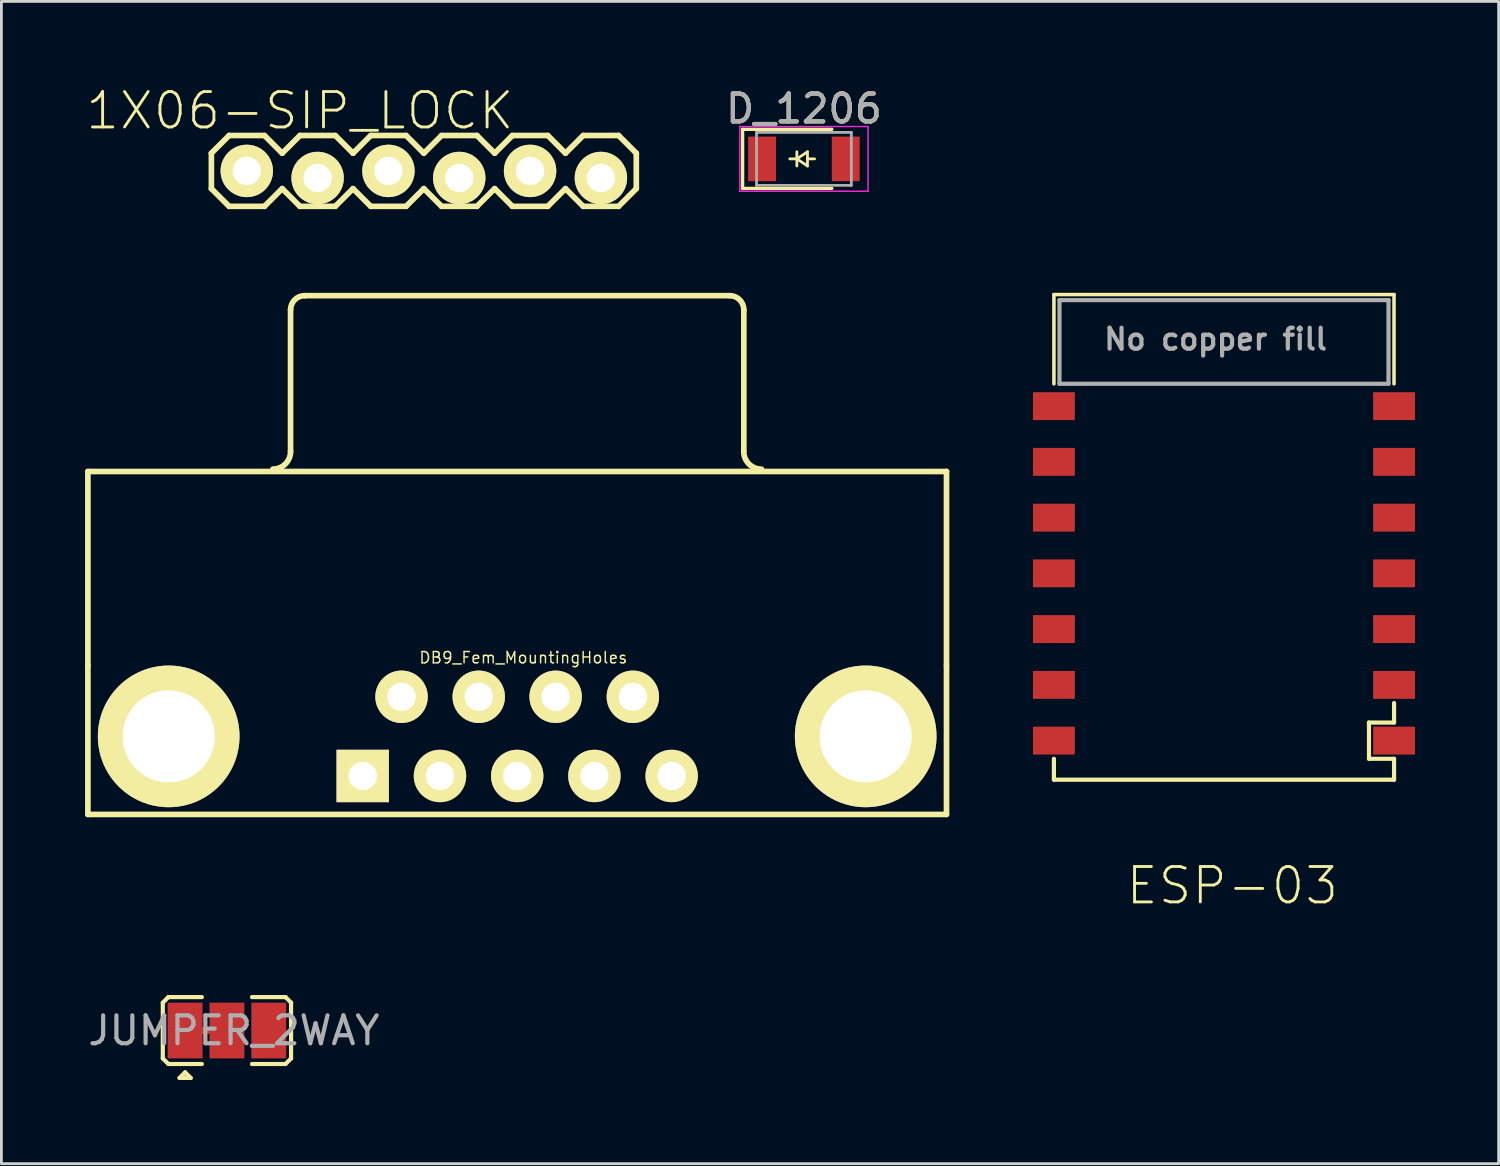
<source format=kicad_pcb>
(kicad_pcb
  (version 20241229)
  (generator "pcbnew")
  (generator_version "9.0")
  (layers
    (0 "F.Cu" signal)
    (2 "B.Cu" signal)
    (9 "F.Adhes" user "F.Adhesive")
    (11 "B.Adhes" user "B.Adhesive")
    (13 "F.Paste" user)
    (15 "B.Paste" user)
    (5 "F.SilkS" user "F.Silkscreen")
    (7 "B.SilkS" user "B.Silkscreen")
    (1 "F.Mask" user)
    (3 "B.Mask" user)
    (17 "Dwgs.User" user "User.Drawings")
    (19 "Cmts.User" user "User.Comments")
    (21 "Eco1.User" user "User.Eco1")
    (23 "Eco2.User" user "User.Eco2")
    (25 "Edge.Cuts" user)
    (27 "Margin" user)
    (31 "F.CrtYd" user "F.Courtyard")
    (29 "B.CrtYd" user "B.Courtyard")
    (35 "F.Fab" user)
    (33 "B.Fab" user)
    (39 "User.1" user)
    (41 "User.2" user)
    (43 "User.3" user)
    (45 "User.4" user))
  (footprint "1X06-SIP_LOCK"
    (layer "F.Cu")
    (at 5.801 3.08)
    (property "Reference" "1X06-SIP_LOCK" (at 1.905 -2.159 0) (layer "F.SilkS") (effects (font (size 1.27 1.27) (thickness 0.102))))
    (attr exclude_from_pos_files exclude_from_bom)
    (fp_line (start -1.27 -0.635) (end -1.27 0.635) (stroke (width 0.203) (type solid)) (layer "F.SilkS"))
    (fp_line (start -1.27 0.635) (end -0.635 1.27) (stroke (width 0.203) (type solid)) (layer "F.SilkS"))
    (fp_line (start -0.635 -1.27) (end -1.27 -0.635) (stroke (width 0.203) (type solid)) (layer "F.SilkS"))
    (fp_line (start -0.635 -1.27) (end 0.635 -1.27) (stroke (width 0.203) (type solid)) (layer "F.SilkS"))
    (fp_line (start -0.292 -0.165) (end 0.292 -0.165) (stroke (width 0.066) (type solid)) (layer "F.SilkS"))
    (fp_line (start -0.292 0.419) (end -0.292 -0.165) (stroke (width 0.066) (type solid)) (layer "F.SilkS"))
    (fp_line (start -0.292 0.419) (end 0.292 0.419) (stroke (width 0.066) (type solid)) (layer "F.SilkS"))
    (fp_line (start 0.292 0.419) (end 0.292 -0.165) (stroke (width 0.066) (type solid)) (layer "F.SilkS"))
    (fp_line (start 0.635 -1.27) (end 1.27 -0.635) (stroke (width 0.203) (type solid)) (layer "F.SilkS"))
    (fp_line (start 0.635 1.27) (end -0.635 1.27) (stroke (width 0.203) (type solid)) (layer "F.SilkS"))
    (fp_line (start 1.27 -0.635) (end 1.905 -1.27) (stroke (width 0.203) (type solid)) (layer "F.SilkS"))
    (fp_line (start 1.27 0.635) (end 0.635 1.27) (stroke (width 0.203) (type solid)) (layer "F.SilkS"))
    (fp_line (start 1.905 -1.27) (end 3.175 -1.27) (stroke (width 0.203) (type solid)) (layer "F.SilkS"))
    (fp_line (start 1.905 1.27) (end 1.27 0.635) (stroke (width 0.203) (type solid)) (layer "F.SilkS"))
    (fp_line (start 2.248 -0.165) (end 2.832 -0.165) (stroke (width 0.066) (type solid)) (layer "F.SilkS"))
    (fp_line (start 2.248 0.419) (end 2.248 -0.165) (stroke (width 0.066) (type solid)) (layer "F.SilkS"))
    (fp_line (start 2.248 0.419) (end 2.832 0.419) (stroke (width 0.066) (type solid)) (layer "F.SilkS"))
    (fp_line (start 2.832 0.419) (end 2.832 -0.165) (stroke (width 0.066) (type solid)) (layer "F.SilkS"))
    (fp_line (start 3.175 -1.27) (end 3.81 -0.635) (stroke (width 0.203) (type solid)) (layer "F.SilkS"))
    (fp_line (start 3.175 1.27) (end 1.905 1.27) (stroke (width 0.203) (type solid)) (layer "F.SilkS"))
    (fp_line (start 3.81 -0.635) (end 4.445 -1.27) (stroke (width 0.203) (type solid)) (layer "F.SilkS"))
    (fp_line (start 3.81 0.635) (end 3.175 1.27) (stroke (width 0.203) (type solid)) (layer "F.SilkS"))
    (fp_line (start 4.445 -1.27) (end 5.715 -1.27) (stroke (width 0.203) (type solid)) (layer "F.SilkS"))
    (fp_line (start 4.445 1.27) (end 3.81 0.635) (stroke (width 0.203) (type solid)) (layer "F.SilkS"))
    (fp_line (start 4.788 -0.165) (end 5.372 -0.165) (stroke (width 0.066) (type solid)) (layer "F.SilkS"))
    (fp_line (start 4.788 0.419) (end 4.788 -0.165) (stroke (width 0.066) (type solid)) (layer "F.SilkS"))
    (fp_line (start 4.788 0.419) (end 5.372 0.419) (stroke (width 0.066) (type solid)) (layer "F.SilkS"))
    (fp_line (start 5.372 0.419) (end 5.372 -0.165) (stroke (width 0.066) (type solid)) (layer "F.SilkS"))
    (fp_line (start 5.715 -1.27) (end 6.35 -0.635) (stroke (width 0.203) (type solid)) (layer "F.SilkS"))
    (fp_line (start 5.715 1.27) (end 4.445 1.27) (stroke (width 0.203) (type solid)) (layer "F.SilkS"))
    (fp_line (start 6.35 0.635) (end 5.715 1.27) (stroke (width 0.203) (type solid)) (layer "F.SilkS"))
    (fp_line (start 6.35 0.635) (end 6.985 1.27) (stroke (width 0.203) (type solid)) (layer "F.SilkS"))
    (fp_line (start 6.985 -1.27) (end 6.35 -0.635) (stroke (width 0.203) (type solid)) (layer "F.SilkS"))
    (fp_line (start 6.985 -1.27) (end 8.255 -1.27) (stroke (width 0.203) (type solid)) (layer "F.SilkS"))
    (fp_line (start 7.328 -0.165) (end 7.912 -0.165) (stroke (width 0.066) (type solid)) (layer "F.SilkS"))
    (fp_line (start 7.328 0.419) (end 7.328 -0.165) (stroke (width 0.066) (type solid)) (layer "F.SilkS"))
    (fp_line (start 7.328 0.419) (end 7.912 0.419) (stroke (width 0.066) (type solid)) (layer "F.SilkS"))
    (fp_line (start 7.912 0.419) (end 7.912 -0.165) (stroke (width 0.066) (type solid)) (layer "F.SilkS"))
    (fp_line (start 8.255 -1.27) (end 8.89 -0.635) (stroke (width 0.203) (type solid)) (layer "F.SilkS"))
    (fp_line (start 8.255 1.27) (end 6.985 1.27) (stroke (width 0.203) (type solid)) (layer "F.SilkS"))
    (fp_line (start 8.89 -0.635) (end 9.525 -1.27) (stroke (width 0.203) (type solid)) (layer "F.SilkS"))
    (fp_line (start 8.89 0.635) (end 8.255 1.27) (stroke (width 0.203) (type solid)) (layer "F.SilkS"))
    (fp_line (start 9.525 -1.27) (end 10.795 -1.27) (stroke (width 0.203) (type solid)) (layer "F.SilkS"))
    (fp_line (start 9.525 1.27) (end 8.89 0.635) (stroke (width 0.203) (type solid)) (layer "F.SilkS"))
    (fp_line (start 9.868 -0.165) (end 10.452 -0.165) (stroke (width 0.066) (type solid)) (layer "F.SilkS"))
    (fp_line (start 9.868 0.419) (end 9.868 -0.165) (stroke (width 0.066) (type solid)) (layer "F.SilkS"))
    (fp_line (start 9.868 0.419) (end 10.452 0.419) (stroke (width 0.066) (type solid)) (layer "F.SilkS"))
    (fp_line (start 10.452 0.419) (end 10.452 -0.165) (stroke (width 0.066) (type solid)) (layer "F.SilkS"))
    (fp_line (start 10.795 -1.27) (end 11.43 -0.635) (stroke (width 0.203) (type solid)) (layer "F.SilkS"))
    (fp_line (start 10.795 1.27) (end 9.525 1.27) (stroke (width 0.203) (type solid)) (layer "F.SilkS"))
    (fp_line (start 11.43 -0.635) (end 12.065 -1.27) (stroke (width 0.203) (type solid)) (layer "F.SilkS"))
    (fp_line (start 11.43 0.635) (end 10.795 1.27) (stroke (width 0.203) (type solid)) (layer "F.SilkS"))
    (fp_line (start 12.065 -1.27) (end 13.335 -1.27) (stroke (width 0.203) (type solid)) (layer "F.SilkS"))
    (fp_line (start 12.065 1.27) (end 11.43 0.635) (stroke (width 0.203) (type solid)) (layer "F.SilkS"))
    (fp_line (start 12.408 -0.165) (end 12.992 -0.165) (stroke (width 0.066) (type solid)) (layer "F.SilkS"))
    (fp_line (start 12.408 0.419) (end 12.408 -0.165) (stroke (width 0.066) (type solid)) (layer "F.SilkS"))
    (fp_line (start 12.408 0.419) (end 12.992 0.419) (stroke (width 0.066) (type solid)) (layer "F.SilkS"))
    (fp_line (start 12.992 0.419) (end 12.992 -0.165) (stroke (width 0.066) (type solid)) (layer "F.SilkS"))
    (fp_line (start 13.335 -1.27) (end 13.97 -0.635) (stroke (width 0.203) (type solid)) (layer "F.SilkS"))
    (fp_line (start 13.335 1.27) (end 12.065 1.27) (stroke (width 0.203) (type solid)) (layer "F.SilkS"))
    (fp_line (start 13.97 -0.635) (end 13.97 0.635) (stroke (width 0.203) (type solid)) (layer "F.SilkS"))
    (fp_line (start 13.97 0.635) (end 13.335 1.27) (stroke (width 0.203) (type solid)) (layer "F.SilkS"))
    (pad "1" thru_hole circle (at 0 0) (size 1.88 1.88) (drill 1.016) (layers "*.Cu" "*.Mask" "F.SilkS" "F.Paste"))
    (pad "2" thru_hole circle (at 2.54 0.254) (size 1.88 1.88) (drill 1.016) (layers "*.Cu" "*.Mask" "F.SilkS" "F.Paste"))
    (pad "3" thru_hole circle (at 5.08 0) (size 1.88 1.88) (drill 1.016) (layers "*.Cu" "*.Mask" "F.SilkS" "F.Paste"))
    (pad "4" thru_hole circle (at 7.62 0.254) (size 1.88 1.88) (drill 1.016) (layers "*.Cu" "*.Mask" "F.SilkS" "F.Paste"))
    (pad "5" thru_hole circle (at 10.16 0) (size 1.88 1.88) (drill 1.016) (layers "*.Cu" "*.Mask" "F.SilkS" "F.Paste"))
    (pad "6" thru_hole circle (at 12.7 0.254) (size 1.88 1.88) (drill 1.016) (layers "*.Cu" "*.Mask" "F.SilkS" "F.Paste")))
  (footprint "DB9_Fem_MountingHoles"
    (layer "F.Cu")
    (at 15.499 23.36)
    (property "Reference" "DB9_Fem_MountingHoles" (at 0.221 -2.822 0) (layer "F.SilkS") (effects (font (size 0.406 0.406) (thickness 0.051))))
    (attr exclude_from_pos_files exclude_from_bom)
    (fp_line (start -15.397 -9.5) (end 15.397 -9.5) (stroke (width 0.203) (type solid)) (layer "F.SilkS"))
    (fp_line (start -15.397 -2.543) (end -15.397 -9.5) (stroke (width 0.203) (type solid)) (layer "F.SilkS"))
    (fp_line (start -15.397 2.799) (end -15.397 -2.54) (stroke (width 0.203) (type solid)) (layer "F.SilkS"))
    (fp_line (start -15.397 2.799) (end 15.397 2.799) (stroke (width 0.203) (type solid)) (layer "F.SilkS"))
    (fp_line (start -8.128 -10.218) (end -8.128 -15.298) (stroke (width 0.203) (type solid)) (layer "F.SilkS"))
    (fp_line (start -7.62 -15.806) (end 7.62 -15.806) (stroke (width 0.203) (type solid)) (layer "F.SilkS"))
    (fp_line (start 8.128 -10.218) (end 8.128 -15.298) (stroke (width 0.203) (type solid)) (layer "F.SilkS"))
    (fp_line (start 15.397 -2.54) (end 15.397 -9.5) (stroke (width 0.203) (type solid)) (layer "F.SilkS"))
    (fp_line (start 15.397 2.799) (end 15.397 -2.54) (stroke (width 0.203) (type solid)) (layer "F.SilkS"))
    (fp_arc (start -8.128 -15.29842) (mid -7.97921 -15.65763) (end -7.62 -15.80642) (stroke (width 0.2032) (type solid)) (layer "F.SilkS"))
    (fp_arc (start -8.128 -10.21842) (mid -8.313243 -9.771203) (end -8.76046 -9.58596) (stroke (width 0.2032) (type solid)) (layer "F.SilkS"))
    (fp_arc (start 7.62 -15.80642) (mid 7.97921 -15.65763) (end 8.128 -15.29842) (stroke (width 0.2032) (type solid)) (layer "F.SilkS"))
    (fp_arc (start 8.76046 -9.58342) (mid 8.311447 -9.769407) (end 8.12546 -10.21842) (stroke (width 0.2032) (type solid)) (layer "F.SilkS"))
    (pad "0" thru_hole circle (at -12.499 0) (size 5.08 5.08) (drill 3.302) (layers "*.Cu" "*.Mask" "F.SilkS" "F.Paste"))
    (pad "0" thru_hole circle (at 12.499 0) (size 5.08 5.08) (drill 3.302) (layers "*.Cu" "*.Mask" "F.SilkS" "F.Paste"))
    (pad "1" thru_hole rect (at -5.54 1.42) (size 1.88 1.88) (drill 1.016) (layers "*.Cu" "*.Mask" "F.SilkS" "F.Paste"))
    (pad "2" thru_hole circle (at -2.769 1.42) (size 1.88 1.88) (drill 1.016) (layers "*.Cu" "*.Mask" "F.SilkS" "F.Paste"))
    (pad "3" thru_hole circle (at 0 1.42) (size 1.88 1.88) (drill 1.016) (layers "*.Cu" "*.Mask" "F.SilkS" "F.Paste"))
    (pad "4" thru_hole circle (at 2.769 1.42) (size 1.88 1.88) (drill 1.016) (layers "*.Cu" "*.Mask" "F.SilkS" "F.Paste"))
    (pad "5" thru_hole circle (at 5.54 1.42) (size 1.88 1.88) (drill 1.016) (layers "*.Cu" "*.Mask" "F.SilkS" "F.Paste"))
    (pad "6" thru_hole circle (at -4.148 -1.42) (size 1.88 1.88) (drill 1.016) (layers "*.Cu" "*.Mask" "F.SilkS" "F.Paste"))
    (pad "7" thru_hole circle (at -1.379 -1.42) (size 1.88 1.88) (drill 1.016) (layers "*.Cu" "*.Mask" "F.SilkS" "F.Paste"))
    (pad "8" thru_hole circle (at 1.379 -1.42) (size 1.88 1.88) (drill 1.016) (layers "*.Cu" "*.Mask" "F.SilkS" "F.Paste"))
    (pad "9" thru_hole circle (at 4.148 -1.42) (size 1.88 1.88) (drill 1.016) (layers "*.Cu" "*.Mask" "F.SilkS" "F.Paste")))
  (footprint "JUMPER_2WAY"
    (layer "F.Cu")
    (at 5.089 32.91)
    (property "Reference" "JUMPER_2WAY" (at 0.25 1 0) (layer "F.Fab") (effects (font (size 1 1) (thickness 0.15))))
    (attr smd)
    (fp_line (start -1.75 1) (end 0.25 1) (stroke (width 0.25) (type solid)) (layer "F.Cu"))
    (fp_line (start -1.5 1) (end 1.5 1) (stroke (width 0.8) (type solid)) (layer "F.Mask"))
    (fp_line (start -2.3 0) (end -2.3 2) (stroke (width 0.15) (type solid)) (layer "F.SilkS"))
    (fp_line (start -2.3 2) (end -2.1 2.2) (stroke (width 0.15) (type solid)) (layer "F.SilkS"))
    (fp_line (start -2.1 -0.2) (end -2.3 0) (stroke (width 0.15) (type solid)) (layer "F.SilkS"))
    (fp_line (start -2.1 2.2) (end -0.9 2.2) (stroke (width 0.15) (type solid)) (layer "F.SilkS"))
    (fp_line (start -1.7 2.7) (end -1.3 2.7) (stroke (width 0.15) (type solid)) (layer "F.SilkS"))
    (fp_line (start -1.5 2.5) (end -1.7 2.7) (stroke (width 0.15) (type solid)) (layer "F.SilkS"))
    (fp_line (start -1.3 2.7) (end -1.5 2.5) (stroke (width 0.15) (type solid)) (layer "F.SilkS"))
    (fp_line (start -0.9 -0.2) (end -2.1 -0.2) (stroke (width 0.15) (type solid)) (layer "F.SilkS"))
    (fp_line (start 0.9 -0.2) (end 2.1 -0.2) (stroke (width 0.15) (type solid)) (layer "F.SilkS"))
    (fp_line (start 2.1 -0.2) (end 2.3 0) (stroke (width 0.15) (type solid)) (layer "F.SilkS"))
    (fp_line (start 2.1 2.2) (end 0.9 2.2) (stroke (width 0.15) (type solid)) (layer "F.SilkS"))
    (fp_line (start 2.3 0) (end 2.3 2) (stroke (width 0.15) (type solid)) (layer "F.SilkS"))
    (fp_line (start 2.3 2) (end 2.1 2.2) (stroke (width 0.15) (type solid)) (layer "F.SilkS"))
    (pad "A" smd rect (at -1.5 1) (size 1.25 2) (layers "F.Cu" "F.Mask"))
    (pad "B" smd rect (at 1.5 1) (size 1.25 2) (layers "F.Cu" "F.Mask"))
    (pad "COM" smd rect (at 0 1) (size 1.25 2) (layers "F.Cu" "F.Mask")))
  (footprint "D_1206"
    (layer "F.Cu")
    (at 25.783 2.648)
    (property "Reference" "D_1206" (at 0 -1.8 0) (layer "F.Fab") (effects (font (size 1 1) (thickness 0.15))))
    (attr smd)
    (fp_line (start -2.2 -1.06) (end -2.2 1.06) (stroke (width 0.12) (type solid)) (layer "F.SilkS"))
    (fp_line (start -2.2 1.06) (end 1 1.06) (stroke (width 0.12) (type solid)) (layer "F.SilkS"))
    (fp_line (start -0.254 -0.254) (end -0.254 0.254) (stroke (width 0.1) (type solid)) (layer "F.SilkS"))
    (fp_line (start -0.254 0) (end -0.508 0) (stroke (width 0.1) (type solid)) (layer "F.SilkS"))
    (fp_line (start -0.254 0) (end 0.127 -0.254) (stroke (width 0.1) (type solid)) (layer "F.SilkS"))
    (fp_line (start 0.127 -0.254) (end 0.127 0.254) (stroke (width 0.1) (type solid)) (layer "F.SilkS"))
    (fp_line (start 0.127 0) (end 0.381 0) (stroke (width 0.1) (type solid)) (layer "F.SilkS"))
    (fp_line (start 0.127 0.254) (end -0.254 0) (stroke (width 0.1) (type solid)) (layer "F.SilkS"))
    (fp_line (start 1 -1.06) (end -2.2 -1.06) (stroke (width 0.12) (type solid)) (layer "F.SilkS"))
    (fp_line (start -2.3 -1.16) (end -2.3 1.16) (stroke (width 0.05) (type solid)) (layer "F.CrtYd"))
    (fp_line (start -2.3 -1.16) (end 2.3 -1.16) (stroke (width 0.05) (type solid)) (layer "F.CrtYd"))
    (fp_line (start -2.3 1.16) (end 2.3 1.16) (stroke (width 0.05) (type solid)) (layer "F.CrtYd"))
    (fp_line (start 2.3 -1.16) (end 2.3 1.16) (stroke (width 0.05) (type solid)) (layer "F.CrtYd"))
    (fp_line (start -1.7 -0.95) (end 1.7 -0.95) (stroke (width 0.1) (type solid)) (layer "F.Fab"))
    (fp_line (start -1.7 0.95) (end -1.7 -0.95) (stroke (width 0.1) (type solid)) (layer "F.Fab"))
    (fp_line (start 1.7 -0.95) (end 1.7 0.95) (stroke (width 0.1) (type solid)) (layer "F.Fab"))
    (fp_line (start 1.7 0.95) (end -1.7 0.95) (stroke (width 0.1) (type solid)) (layer "F.Fab"))
    (fp_text user "${REFERENCE}" (at 0 -1.8 0) (layer "F.SilkS") (effects (font (size 1 1) (thickness 0.15))))
    (pad "1" smd rect (at -1.5 0) (size 1 1.6) (layers "F.Cu" "F.Mask" "F.Paste"))
    (pad "2" smd rect (at 1.5 0) (size 1 1.6) (layers "F.Cu" "F.Mask" "F.Paste")))
  (footprint "ESP-03"
    (layer "F.Cu")
    (at 34.748 11.314)
    (property "Reference" "ESP-03" (at 6.4 17.4 0) (layer "F.SilkS") (effects (font (size 1.27 1.27) (thickness 0.102))))
    (attr smd)
    (fp_line (start 0 13.6) (end 0 12.85) (stroke (width 0.15) (type solid)) (layer "F.SilkS"))
    (fp_line (start 0 13.6) (end 12.2 13.6) (stroke (width 0.15) (type solid)) (layer "F.SilkS"))
    (fp_line (start 0.001 -3.799) (end 0.001 -0.598) (stroke (width 0.127) (type solid)) (layer "F.SilkS"))
    (fp_line (start 0.001 -3.799) (end 12.198 -3.799) (stroke (width 0.127) (type solid)) (layer "F.SilkS"))
    (fp_line (start 11.3 11.55) (end 12.2 11.55) (stroke (width 0.15) (type solid)) (layer "F.SilkS"))
    (fp_line (start 11.3 12.85) (end 11.3 11.55) (stroke (width 0.15) (type solid)) (layer "F.SilkS"))
    (fp_line (start 12.198 -3.799) (end 12.198 -0.598) (stroke (width 0.127) (type solid)) (layer "F.SilkS"))
    (fp_line (start 12.2 11.55) (end 12.2 10.85) (stroke (width 0.15) (type solid)) (layer "F.SilkS"))
    (fp_line (start 12.2 12.85) (end 11.3 12.85) (stroke (width 0.15) (type solid)) (layer "F.SilkS"))
    (fp_line (start 12.2 13.6) (end 12.2 12.85) (stroke (width 0.15) (type solid)) (layer "F.SilkS"))
    (fp_line (start 0.2 -3.6) (end 12 -3.6) (stroke (width 0.15) (type solid)) (layer "F.Fab"))
    (fp_line (start 0.2 -0.6) (end 0.2 -3.6) (stroke (width 0.15) (type solid)) (layer "F.Fab"))
    (fp_line (start 12 -3.6) (end 12 -0.6) (stroke (width 0.15) (type solid)) (layer "F.Fab"))
    (fp_line (start 12 -0.6) (end 0.2 -0.6) (stroke (width 0.15) (type solid)) (layer "F.Fab"))
    (fp_text user "No copper fill" (at 5.8 -2.2 0) (layer "F.Fab") (effects (font (size 0.75 0.75) (thickness 0.15))))
    (pad "1" smd rect (at 12.2 12.198) (size 1.5 1) (layers "F.Cu" "F.Mask" "F.Paste"))
    (pad "2" smd rect (at 12.2 10.199) (size 1.5 1) (layers "F.Cu" "F.Mask" "F.Paste"))
    (pad "3" smd rect (at 12.2 8.198) (size 1.5 1) (layers "F.Cu" "F.Mask" "F.Paste"))
    (pad "4" smd rect (at 12.2 6.199) (size 1.5 1) (layers "F.Cu" "F.Mask" "F.Paste"))
    (pad "5" smd rect (at 12.2 4.202) (size 1.5 1) (layers "F.Cu" "F.Mask" "F.Paste"))
    (pad "6" smd rect (at 12.2 2.201) (size 1.5 1) (layers "F.Cu" "F.Mask" "F.Paste"))
    (pad "7" smd rect (at 12.2 0.202) (size 1.5 1) (layers "F.Cu" "F.Mask" "F.Paste"))
    (pad "8" smd rect (at 0 0.202) (size 1.5 1) (layers "F.Cu" "F.Mask" "F.Paste"))
    (pad "9" smd rect (at 0 2.201) (size 1.5 1) (layers "F.Cu" "F.Mask" "F.Paste"))
    (pad "10" smd rect (at 0 4.202) (size 1.5 1) (layers "F.Cu" "F.Mask" "F.Paste"))
    (pad "11" smd rect (at 0 6.199) (size 1.5 1) (layers "F.Cu" "F.Mask" "F.Paste"))
    (pad "12" smd rect (at 0 8.198) (size 1.5 1) (layers "F.Cu" "F.Mask" "F.Paste"))
    (pad "13" smd rect (at 0 10.199) (size 1.5 1) (layers "F.Cu" "F.Mask" "F.Paste"))
    (pad "14" smd rect (at 0 12.198) (size 1.5 1) (layers "F.Cu" "F.Mask" "F.Paste")))
  (gr_rect
    (start -3 -3)
    (end 50.698 38.685)
    (stroke (width 0.1) (type default))
    (fill no)
    (layer "Edge.Cuts")))
</source>
